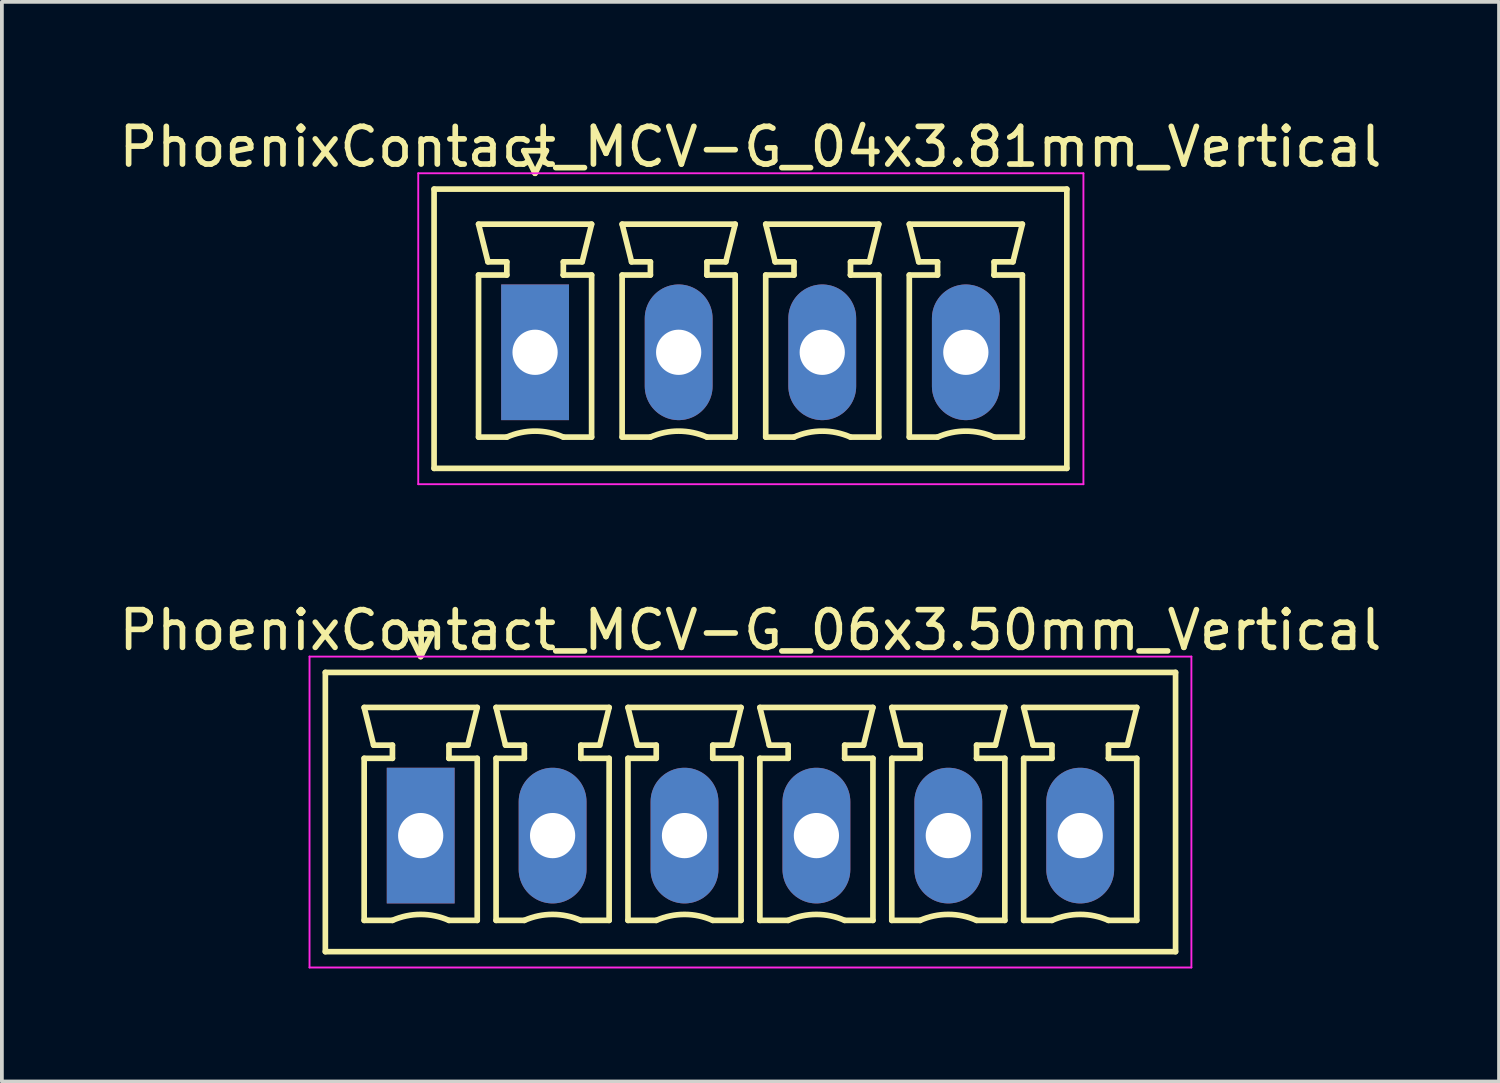
<source format=kicad_pcb>
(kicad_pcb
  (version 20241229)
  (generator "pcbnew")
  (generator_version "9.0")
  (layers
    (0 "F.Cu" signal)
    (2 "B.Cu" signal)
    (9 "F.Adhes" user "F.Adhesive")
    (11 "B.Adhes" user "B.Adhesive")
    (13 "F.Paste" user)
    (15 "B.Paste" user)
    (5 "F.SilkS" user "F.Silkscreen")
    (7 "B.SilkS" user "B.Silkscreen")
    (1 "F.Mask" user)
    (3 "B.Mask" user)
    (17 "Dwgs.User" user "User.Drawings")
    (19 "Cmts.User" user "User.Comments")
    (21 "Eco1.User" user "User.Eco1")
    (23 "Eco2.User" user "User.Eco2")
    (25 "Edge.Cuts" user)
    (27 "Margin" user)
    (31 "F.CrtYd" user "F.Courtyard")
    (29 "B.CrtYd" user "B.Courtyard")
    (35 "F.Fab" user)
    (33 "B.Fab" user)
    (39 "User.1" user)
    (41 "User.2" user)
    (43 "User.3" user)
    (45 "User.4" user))
  (footprint "PhoenixContact_MCV-G_06x3.50mm_Vertical"
    (layer "F.Cu")
    (at 8.113 19.122)
    (property "Reference" "PhoenixContact_MCV-G_06x3.50mm_Vertical" (at 8.75 -5.45 0) (layer "F.SilkS") (effects (font (size 1 1) (thickness 0.15))))
    (attr through_hole)
    (fp_line (start -2.53 -4.33) (end -2.53 3.08) (stroke (width 0.15) (type solid)) (layer "F.SilkS"))
    (fp_line (start -2.53 3.08) (end 20.03 3.08) (stroke (width 0.15) (type solid)) (layer "F.SilkS"))
    (fp_line (start -1.5 -3.4) (end 1.5 -3.4) (stroke (width 0.15) (type solid)) (layer "F.SilkS"))
    (fp_line (start -1.5 -2.05) (end -0.75 -2.05) (stroke (width 0.15) (type solid)) (layer "F.SilkS"))
    (fp_line (start -1.5 2.25) (end -1.5 -2.05) (stroke (width 0.15) (type solid)) (layer "F.SilkS"))
    (fp_line (start -1.25 -2.4) (end -1.5 -3.4) (stroke (width 0.15) (type solid)) (layer "F.SilkS"))
    (fp_line (start -0.75 -2.4) (end -1.25 -2.4) (stroke (width 0.15) (type solid)) (layer "F.SilkS"))
    (fp_line (start -0.75 -2.05) (end -0.75 -2.4) (stroke (width 0.15) (type solid)) (layer "F.SilkS"))
    (fp_line (start -0.75 2.25) (end -1.5 2.25) (stroke (width 0.15) (type solid)) (layer "F.SilkS"))
    (fp_line (start -0.3 -5.35) (end 0 -4.75) (stroke (width 0.15) (type solid)) (layer "F.SilkS"))
    (fp_line (start 0 -4.75) (end 0.3 -5.35) (stroke (width 0.15) (type solid)) (layer "F.SilkS"))
    (fp_line (start 0.3 -5.35) (end -0.3 -5.35) (stroke (width 0.15) (type solid)) (layer "F.SilkS"))
    (fp_line (start 0.75 -2.4) (end 0.75 -2.05) (stroke (width 0.15) (type solid)) (layer "F.SilkS"))
    (fp_line (start 0.75 -2.05) (end 0.75 -2.05) (stroke (width 0.15) (type solid)) (layer "F.SilkS"))
    (fp_line (start 0.75 -2.05) (end 1.5 -2.05) (stroke (width 0.15) (type solid)) (layer "F.SilkS"))
    (fp_line (start 1.25 -2.4) (end 0.75 -2.4) (stroke (width 0.15) (type solid)) (layer "F.SilkS"))
    (fp_line (start 1.5 -3.4) (end 1.25 -2.4) (stroke (width 0.15) (type solid)) (layer "F.SilkS"))
    (fp_line (start 1.5 -2.05) (end 1.5 2.25) (stroke (width 0.15) (type solid)) (layer "F.SilkS"))
    (fp_line (start 1.5 2.25) (end 0.75 2.25) (stroke (width 0.15) (type solid)) (layer "F.SilkS"))
    (fp_line (start 2 -3.4) (end 5 -3.4) (stroke (width 0.15) (type solid)) (layer "F.SilkS"))
    (fp_line (start 2 -2.05) (end 2.75 -2.05) (stroke (width 0.15) (type solid)) (layer "F.SilkS"))
    (fp_line (start 2 2.25) (end 2 -2.05) (stroke (width 0.15) (type solid)) (layer "F.SilkS"))
    (fp_line (start 2.25 -2.4) (end 2 -3.4) (stroke (width 0.15) (type solid)) (layer "F.SilkS"))
    (fp_line (start 2.75 -2.4) (end 2.25 -2.4) (stroke (width 0.15) (type solid)) (layer "F.SilkS"))
    (fp_line (start 2.75 -2.05) (end 2.75 -2.4) (stroke (width 0.15) (type solid)) (layer "F.SilkS"))
    (fp_line (start 2.75 2.25) (end 2 2.25) (stroke (width 0.15) (type solid)) (layer "F.SilkS"))
    (fp_line (start 4.25 -2.4) (end 4.25 -2.05) (stroke (width 0.15) (type solid)) (layer "F.SilkS"))
    (fp_line (start 4.25 -2.05) (end 4.25 -2.05) (stroke (width 0.15) (type solid)) (layer "F.SilkS"))
    (fp_line (start 4.25 -2.05) (end 5 -2.05) (stroke (width 0.15) (type solid)) (layer "F.SilkS"))
    (fp_line (start 4.75 -2.4) (end 4.25 -2.4) (stroke (width 0.15) (type solid)) (layer "F.SilkS"))
    (fp_line (start 5 -3.4) (end 4.75 -2.4) (stroke (width 0.15) (type solid)) (layer "F.SilkS"))
    (fp_line (start 5 -2.05) (end 5 2.25) (stroke (width 0.15) (type solid)) (layer "F.SilkS"))
    (fp_line (start 5 2.25) (end 4.25 2.25) (stroke (width 0.15) (type solid)) (layer "F.SilkS"))
    (fp_line (start 5.5 -3.4) (end 8.5 -3.4) (stroke (width 0.15) (type solid)) (layer "F.SilkS"))
    (fp_line (start 5.5 -2.05) (end 6.25 -2.05) (stroke (width 0.15) (type solid)) (layer "F.SilkS"))
    (fp_line (start 5.5 2.25) (end 5.5 -2.05) (stroke (width 0.15) (type solid)) (layer "F.SilkS"))
    (fp_line (start 5.75 -2.4) (end 5.5 -3.4) (stroke (width 0.15) (type solid)) (layer "F.SilkS"))
    (fp_line (start 6.25 -2.4) (end 5.75 -2.4) (stroke (width 0.15) (type solid)) (layer "F.SilkS"))
    (fp_line (start 6.25 -2.05) (end 6.25 -2.4) (stroke (width 0.15) (type solid)) (layer "F.SilkS"))
    (fp_line (start 6.25 2.25) (end 5.5 2.25) (stroke (width 0.15) (type solid)) (layer "F.SilkS"))
    (fp_line (start 7.75 -2.4) (end 7.75 -2.05) (stroke (width 0.15) (type solid)) (layer "F.SilkS"))
    (fp_line (start 7.75 -2.05) (end 7.75 -2.05) (stroke (width 0.15) (type solid)) (layer "F.SilkS"))
    (fp_line (start 7.75 -2.05) (end 8.5 -2.05) (stroke (width 0.15) (type solid)) (layer "F.SilkS"))
    (fp_line (start 8.25 -2.4) (end 7.75 -2.4) (stroke (width 0.15) (type solid)) (layer "F.SilkS"))
    (fp_line (start 8.5 -3.4) (end 8.25 -2.4) (stroke (width 0.15) (type solid)) (layer "F.SilkS"))
    (fp_line (start 8.5 -2.05) (end 8.5 2.25) (stroke (width 0.15) (type solid)) (layer "F.SilkS"))
    (fp_line (start 8.5 2.25) (end 7.75 2.25) (stroke (width 0.15) (type solid)) (layer "F.SilkS"))
    (fp_line (start 9 -3.4) (end 12 -3.4) (stroke (width 0.15) (type solid)) (layer "F.SilkS"))
    (fp_line (start 9 -2.05) (end 9.75 -2.05) (stroke (width 0.15) (type solid)) (layer "F.SilkS"))
    (fp_line (start 9 2.25) (end 9 -2.05) (stroke (width 0.15) (type solid)) (layer "F.SilkS"))
    (fp_line (start 9.25 -2.4) (end 9 -3.4) (stroke (width 0.15) (type solid)) (layer "F.SilkS"))
    (fp_line (start 9.75 -2.4) (end 9.25 -2.4) (stroke (width 0.15) (type solid)) (layer "F.SilkS"))
    (fp_line (start 9.75 -2.05) (end 9.75 -2.4) (stroke (width 0.15) (type solid)) (layer "F.SilkS"))
    (fp_line (start 9.75 2.25) (end 9 2.25) (stroke (width 0.15) (type solid)) (layer "F.SilkS"))
    (fp_line (start 11.25 -2.4) (end 11.25 -2.05) (stroke (width 0.15) (type solid)) (layer "F.SilkS"))
    (fp_line (start 11.25 -2.05) (end 11.25 -2.05) (stroke (width 0.15) (type solid)) (layer "F.SilkS"))
    (fp_line (start 11.25 -2.05) (end 12 -2.05) (stroke (width 0.15) (type solid)) (layer "F.SilkS"))
    (fp_line (start 11.75 -2.4) (end 11.25 -2.4) (stroke (width 0.15) (type solid)) (layer "F.SilkS"))
    (fp_line (start 12 -3.4) (end 11.75 -2.4) (stroke (width 0.15) (type solid)) (layer "F.SilkS"))
    (fp_line (start 12 -2.05) (end 12 2.25) (stroke (width 0.15) (type solid)) (layer "F.SilkS"))
    (fp_line (start 12 2.25) (end 11.25 2.25) (stroke (width 0.15) (type solid)) (layer "F.SilkS"))
    (fp_line (start 12.5 -3.4) (end 15.5 -3.4) (stroke (width 0.15) (type solid)) (layer "F.SilkS"))
    (fp_line (start 12.5 -2.05) (end 13.25 -2.05) (stroke (width 0.15) (type solid)) (layer "F.SilkS"))
    (fp_line (start 12.5 2.25) (end 12.5 -2.05) (stroke (width 0.15) (type solid)) (layer "F.SilkS"))
    (fp_line (start 12.75 -2.4) (end 12.5 -3.4) (stroke (width 0.15) (type solid)) (layer "F.SilkS"))
    (fp_line (start 13.25 -2.4) (end 12.75 -2.4) (stroke (width 0.15) (type solid)) (layer "F.SilkS"))
    (fp_line (start 13.25 -2.05) (end 13.25 -2.4) (stroke (width 0.15) (type solid)) (layer "F.SilkS"))
    (fp_line (start 13.25 2.25) (end 12.5 2.25) (stroke (width 0.15) (type solid)) (layer "F.SilkS"))
    (fp_line (start 14.75 -2.4) (end 14.75 -2.05) (stroke (width 0.15) (type solid)) (layer "F.SilkS"))
    (fp_line (start 14.75 -2.05) (end 14.75 -2.05) (stroke (width 0.15) (type solid)) (layer "F.SilkS"))
    (fp_line (start 14.75 -2.05) (end 15.5 -2.05) (stroke (width 0.15) (type solid)) (layer "F.SilkS"))
    (fp_line (start 15.25 -2.4) (end 14.75 -2.4) (stroke (width 0.15) (type solid)) (layer "F.SilkS"))
    (fp_line (start 15.5 -3.4) (end 15.25 -2.4) (stroke (width 0.15) (type solid)) (layer "F.SilkS"))
    (fp_line (start 15.5 -2.05) (end 15.5 2.25) (stroke (width 0.15) (type solid)) (layer "F.SilkS"))
    (fp_line (start 15.5 2.25) (end 14.75 2.25) (stroke (width 0.15) (type solid)) (layer "F.SilkS"))
    (fp_line (start 16 -3.4) (end 19 -3.4) (stroke (width 0.15) (type solid)) (layer "F.SilkS"))
    (fp_line (start 16 -2.05) (end 16.75 -2.05) (stroke (width 0.15) (type solid)) (layer "F.SilkS"))
    (fp_line (start 16 2.25) (end 16 -2.05) (stroke (width 0.15) (type solid)) (layer "F.SilkS"))
    (fp_line (start 16.25 -2.4) (end 16 -3.4) (stroke (width 0.15) (type solid)) (layer "F.SilkS"))
    (fp_line (start 16.75 -2.4) (end 16.25 -2.4) (stroke (width 0.15) (type solid)) (layer "F.SilkS"))
    (fp_line (start 16.75 -2.05) (end 16.75 -2.4) (stroke (width 0.15) (type solid)) (layer "F.SilkS"))
    (fp_line (start 16.75 2.25) (end 16 2.25) (stroke (width 0.15) (type solid)) (layer "F.SilkS"))
    (fp_line (start 18.25 -2.4) (end 18.25 -2.05) (stroke (width 0.15) (type solid)) (layer "F.SilkS"))
    (fp_line (start 18.25 -2.05) (end 18.25 -2.05) (stroke (width 0.15) (type solid)) (layer "F.SilkS"))
    (fp_line (start 18.25 -2.05) (end 19 -2.05) (stroke (width 0.15) (type solid)) (layer "F.SilkS"))
    (fp_line (start 18.75 -2.4) (end 18.25 -2.4) (stroke (width 0.15) (type solid)) (layer "F.SilkS"))
    (fp_line (start 19 -3.4) (end 18.75 -2.4) (stroke (width 0.15) (type solid)) (layer "F.SilkS"))
    (fp_line (start 19 -2.05) (end 19 2.25) (stroke (width 0.15) (type solid)) (layer "F.SilkS"))
    (fp_line (start 19 2.25) (end 18.25 2.25) (stroke (width 0.15) (type solid)) (layer "F.SilkS"))
    (fp_line (start 20.03 -4.33) (end -2.53 -4.33) (stroke (width 0.15) (type solid)) (layer "F.SilkS"))
    (fp_line (start 20.03 3.08) (end 20.03 -4.33) (stroke (width 0.15) (type solid)) (layer "F.SilkS"))
    (fp_arc (start -0.75 2.25) (mid -0.000193 2.09191) (end 0.749647 2.249844) (stroke (width 0.15) (type solid)) (layer "F.SilkS"))
    (fp_arc (start 2.75 2.25) (mid 3.499807 2.09191) (end 4.249647 2.249844) (stroke (width 0.15) (type solid)) (layer "F.SilkS"))
    (fp_arc (start 6.25 2.25) (mid 6.999807 2.09191) (end 7.749647 2.249844) (stroke (width 0.15) (type solid)) (layer "F.SilkS"))
    (fp_arc (start 9.75 2.25) (mid 10.499807 2.09191) (end 11.249647 2.249844) (stroke (width 0.15) (type solid)) (layer "F.SilkS"))
    (fp_arc (start 13.25 2.25) (mid 13.999807 2.09191) (end 14.749647 2.249844) (stroke (width 0.15) (type solid)) (layer "F.SilkS"))
    (fp_arc (start 16.75 2.25) (mid 17.499807 2.09191) (end 18.249647 2.249844) (stroke (width 0.15) (type solid)) (layer "F.SilkS"))
    (fp_line (start -2.95 -4.75) (end -2.95 3.5) (stroke (width 0.05) (type solid)) (layer "F.CrtYd"))
    (fp_line (start -2.95 3.5) (end 20.45 3.5) (stroke (width 0.05) (type solid)) (layer "F.CrtYd"))
    (fp_line (start 20.45 -4.75) (end -2.95 -4.75) (stroke (width 0.05) (type solid)) (layer "F.CrtYd"))
    (fp_line (start 20.45 3.5) (end 20.45 -4.75) (stroke (width 0.05) (type solid)) (layer "F.CrtYd"))
    (pad "1" thru_hole rect (at 0 0) (size 1.8 3.6) (drill 1.2) (layers "*.Cu" "*.Mask"))
    (pad "2" thru_hole oval (at 3.5 0) (size 1.8 3.6) (drill 1.2) (layers "*.Cu" "*.Mask"))
    (pad "3" thru_hole oval (at 7 0) (size 1.8 3.6) (drill 1.2) (layers "*.Cu" "*.Mask"))
    (pad "4" thru_hole oval (at 10.5 0) (size 1.8 3.6) (drill 1.2) (layers "*.Cu" "*.Mask"))
    (pad "5" thru_hole oval (at 14 0) (size 1.8 3.6) (drill 1.2) (layers "*.Cu" "*.Mask"))
    (pad "6" thru_hole oval (at 17.5 0) (size 1.8 3.6) (drill 1.2) (layers "*.Cu" "*.Mask")))
  (footprint "PhoenixContact_MCV-G_04x3.81mm_Vertical"
    (layer "F.Cu")
    (at 11.148 6.298)
    (property "Reference" "PhoenixContact_MCV-G_04x3.81mm_Vertical" (at 5.715 -5.45 0) (layer "F.SilkS") (effects (font (size 1 1) (thickness 0.15))))
    (attr through_hole)
    (fp_line (start -2.68 -4.33) (end -2.68 3.08) (stroke (width 0.15) (type solid)) (layer "F.SilkS"))
    (fp_line (start -2.68 3.08) (end 14.11 3.08) (stroke (width 0.15) (type solid)) (layer "F.SilkS"))
    (fp_line (start -1.5 -3.4) (end 1.5 -3.4) (stroke (width 0.15) (type solid)) (layer "F.SilkS"))
    (fp_line (start -1.5 -2.05) (end -0.75 -2.05) (stroke (width 0.15) (type solid)) (layer "F.SilkS"))
    (fp_line (start -1.5 2.25) (end -1.5 -2.05) (stroke (width 0.15) (type solid)) (layer "F.SilkS"))
    (fp_line (start -1.25 -2.4) (end -1.5 -3.4) (stroke (width 0.15) (type solid)) (layer "F.SilkS"))
    (fp_line (start -0.75 -2.4) (end -1.25 -2.4) (stroke (width 0.15) (type solid)) (layer "F.SilkS"))
    (fp_line (start -0.75 -2.05) (end -0.75 -2.4) (stroke (width 0.15) (type solid)) (layer "F.SilkS"))
    (fp_line (start -0.75 2.25) (end -1.5 2.25) (stroke (width 0.15) (type solid)) (layer "F.SilkS"))
    (fp_line (start -0.3 -5.35) (end 0 -4.75) (stroke (width 0.15) (type solid)) (layer "F.SilkS"))
    (fp_line (start 0 -4.75) (end 0.3 -5.35) (stroke (width 0.15) (type solid)) (layer "F.SilkS"))
    (fp_line (start 0.3 -5.35) (end -0.3 -5.35) (stroke (width 0.15) (type solid)) (layer "F.SilkS"))
    (fp_line (start 0.75 -2.4) (end 0.75 -2.05) (stroke (width 0.15) (type solid)) (layer "F.SilkS"))
    (fp_line (start 0.75 -2.05) (end 0.75 -2.05) (stroke (width 0.15) (type solid)) (layer "F.SilkS"))
    (fp_line (start 0.75 -2.05) (end 1.5 -2.05) (stroke (width 0.15) (type solid)) (layer "F.SilkS"))
    (fp_line (start 1.25 -2.4) (end 0.75 -2.4) (stroke (width 0.15) (type solid)) (layer "F.SilkS"))
    (fp_line (start 1.5 -3.4) (end 1.25 -2.4) (stroke (width 0.15) (type solid)) (layer "F.SilkS"))
    (fp_line (start 1.5 -2.05) (end 1.5 2.25) (stroke (width 0.15) (type solid)) (layer "F.SilkS"))
    (fp_line (start 1.5 2.25) (end 0.75 2.25) (stroke (width 0.15) (type solid)) (layer "F.SilkS"))
    (fp_line (start 2.31 -3.4) (end 5.31 -3.4) (stroke (width 0.15) (type solid)) (layer "F.SilkS"))
    (fp_line (start 2.31 -2.05) (end 3.06 -2.05) (stroke (width 0.15) (type solid)) (layer "F.SilkS"))
    (fp_line (start 2.31 2.25) (end 2.31 -2.05) (stroke (width 0.15) (type solid)) (layer "F.SilkS"))
    (fp_line (start 2.56 -2.4) (end 2.31 -3.4) (stroke (width 0.15) (type solid)) (layer "F.SilkS"))
    (fp_line (start 3.06 -2.4) (end 2.56 -2.4) (stroke (width 0.15) (type solid)) (layer "F.SilkS"))
    (fp_line (start 3.06 -2.05) (end 3.06 -2.4) (stroke (width 0.15) (type solid)) (layer "F.SilkS"))
    (fp_line (start 3.06 2.25) (end 2.31 2.25) (stroke (width 0.15) (type solid)) (layer "F.SilkS"))
    (fp_line (start 4.56 -2.4) (end 4.56 -2.05) (stroke (width 0.15) (type solid)) (layer "F.SilkS"))
    (fp_line (start 4.56 -2.05) (end 4.56 -2.05) (stroke (width 0.15) (type solid)) (layer "F.SilkS"))
    (fp_line (start 4.56 -2.05) (end 5.31 -2.05) (stroke (width 0.15) (type solid)) (layer "F.SilkS"))
    (fp_line (start 5.06 -2.4) (end 4.56 -2.4) (stroke (width 0.15) (type solid)) (layer "F.SilkS"))
    (fp_line (start 5.31 -3.4) (end 5.06 -2.4) (stroke (width 0.15) (type solid)) (layer "F.SilkS"))
    (fp_line (start 5.31 -2.05) (end 5.31 2.25) (stroke (width 0.15) (type solid)) (layer "F.SilkS"))
    (fp_line (start 5.31 2.25) (end 4.56 2.25) (stroke (width 0.15) (type solid)) (layer "F.SilkS"))
    (fp_line (start 6.12 -3.4) (end 9.12 -3.4) (stroke (width 0.15) (type solid)) (layer "F.SilkS"))
    (fp_line (start 6.12 -2.05) (end 6.87 -2.05) (stroke (width 0.15) (type solid)) (layer "F.SilkS"))
    (fp_line (start 6.12 2.25) (end 6.12 -2.05) (stroke (width 0.15) (type solid)) (layer "F.SilkS"))
    (fp_line (start 6.37 -2.4) (end 6.12 -3.4) (stroke (width 0.15) (type solid)) (layer "F.SilkS"))
    (fp_line (start 6.87 -2.4) (end 6.37 -2.4) (stroke (width 0.15) (type solid)) (layer "F.SilkS"))
    (fp_line (start 6.87 -2.05) (end 6.87 -2.4) (stroke (width 0.15) (type solid)) (layer "F.SilkS"))
    (fp_line (start 6.87 2.25) (end 6.12 2.25) (stroke (width 0.15) (type solid)) (layer "F.SilkS"))
    (fp_line (start 8.37 -2.4) (end 8.37 -2.05) (stroke (width 0.15) (type solid)) (layer "F.SilkS"))
    (fp_line (start 8.37 -2.05) (end 8.37 -2.05) (stroke (width 0.15) (type solid)) (layer "F.SilkS"))
    (fp_line (start 8.37 -2.05) (end 9.12 -2.05) (stroke (width 0.15) (type solid)) (layer "F.SilkS"))
    (fp_line (start 8.87 -2.4) (end 8.37 -2.4) (stroke (width 0.15) (type solid)) (layer "F.SilkS"))
    (fp_line (start 9.12 -3.4) (end 8.87 -2.4) (stroke (width 0.15) (type solid)) (layer "F.SilkS"))
    (fp_line (start 9.12 -2.05) (end 9.12 2.25) (stroke (width 0.15) (type solid)) (layer "F.SilkS"))
    (fp_line (start 9.12 2.25) (end 8.37 2.25) (stroke (width 0.15) (type solid)) (layer "F.SilkS"))
    (fp_line (start 9.93 -3.4) (end 12.93 -3.4) (stroke (width 0.15) (type solid)) (layer "F.SilkS"))
    (fp_line (start 9.93 -2.05) (end 10.68 -2.05) (stroke (width 0.15) (type solid)) (layer "F.SilkS"))
    (fp_line (start 9.93 2.25) (end 9.93 -2.05) (stroke (width 0.15) (type solid)) (layer "F.SilkS"))
    (fp_line (start 10.18 -2.4) (end 9.93 -3.4) (stroke (width 0.15) (type solid)) (layer "F.SilkS"))
    (fp_line (start 10.68 -2.4) (end 10.18 -2.4) (stroke (width 0.15) (type solid)) (layer "F.SilkS"))
    (fp_line (start 10.68 -2.05) (end 10.68 -2.4) (stroke (width 0.15) (type solid)) (layer "F.SilkS"))
    (fp_line (start 10.68 2.25) (end 9.93 2.25) (stroke (width 0.15) (type solid)) (layer "F.SilkS"))
    (fp_line (start 12.18 -2.4) (end 12.18 -2.05) (stroke (width 0.15) (type solid)) (layer "F.SilkS"))
    (fp_line (start 12.18 -2.05) (end 12.18 -2.05) (stroke (width 0.15) (type solid)) (layer "F.SilkS"))
    (fp_line (start 12.18 -2.05) (end 12.93 -2.05) (stroke (width 0.15) (type solid)) (layer "F.SilkS"))
    (fp_line (start 12.68 -2.4) (end 12.18 -2.4) (stroke (width 0.15) (type solid)) (layer "F.SilkS"))
    (fp_line (start 12.93 -3.4) (end 12.68 -2.4) (stroke (width 0.15) (type solid)) (layer "F.SilkS"))
    (fp_line (start 12.93 -2.05) (end 12.93 2.25) (stroke (width 0.15) (type solid)) (layer "F.SilkS"))
    (fp_line (start 12.93 2.25) (end 12.18 2.25) (stroke (width 0.15) (type solid)) (layer "F.SilkS"))
    (fp_line (start 14.11 -4.33) (end -2.68 -4.33) (stroke (width 0.15) (type solid)) (layer "F.SilkS"))
    (fp_line (start 14.11 3.08) (end 14.11 -4.33) (stroke (width 0.15) (type solid)) (layer "F.SilkS"))
    (fp_arc (start -0.75 2.25) (mid -0.000193 2.09191) (end 0.749647 2.249844) (stroke (width 0.15) (type solid)) (layer "F.SilkS"))
    (fp_arc (start 3.06 2.25) (mid 3.809807 2.09191) (end 4.559647 2.249844) (stroke (width 0.15) (type solid)) (layer "F.SilkS"))
    (fp_arc (start 6.87 2.25) (mid 7.619807 2.09191) (end 8.369647 2.249844) (stroke (width 0.15) (type solid)) (layer "F.SilkS"))
    (fp_arc (start 10.68 2.25) (mid 11.429807 2.09191) (end 12.179647 2.249844) (stroke (width 0.15) (type solid)) (layer "F.SilkS"))
    (fp_line (start -3.1 -4.75) (end -3.1 3.5) (stroke (width 0.05) (type solid)) (layer "F.CrtYd"))
    (fp_line (start -3.1 3.5) (end 14.55 3.5) (stroke (width 0.05) (type solid)) (layer "F.CrtYd"))
    (fp_line (start 14.55 -4.75) (end -3.1 -4.75) (stroke (width 0.05) (type solid)) (layer "F.CrtYd"))
    (fp_line (start 14.55 3.5) (end 14.55 -4.75) (stroke (width 0.05) (type solid)) (layer "F.CrtYd"))
    (pad "1" thru_hole rect (at 0 0) (size 1.8 3.6) (drill 1.2) (layers "*.Cu" "*.Mask"))
    (pad "2" thru_hole oval (at 3.81 0) (size 1.8 3.6) (drill 1.2) (layers "*.Cu" "*.Mask"))
    (pad "3" thru_hole oval (at 7.62 0) (size 1.8 3.6) (drill 1.2) (layers "*.Cu" "*.Mask"))
    (pad "4" thru_hole oval (at 11.43 0) (size 1.8 3.6) (drill 1.2) (layers "*.Cu" "*.Mask")))
  (gr_rect
    (start -3 -3)
    (end 36.726 25.646)
    (stroke (width 0.1) (type default))
    (fill no)
    (layer "Edge.Cuts")))
</source>
